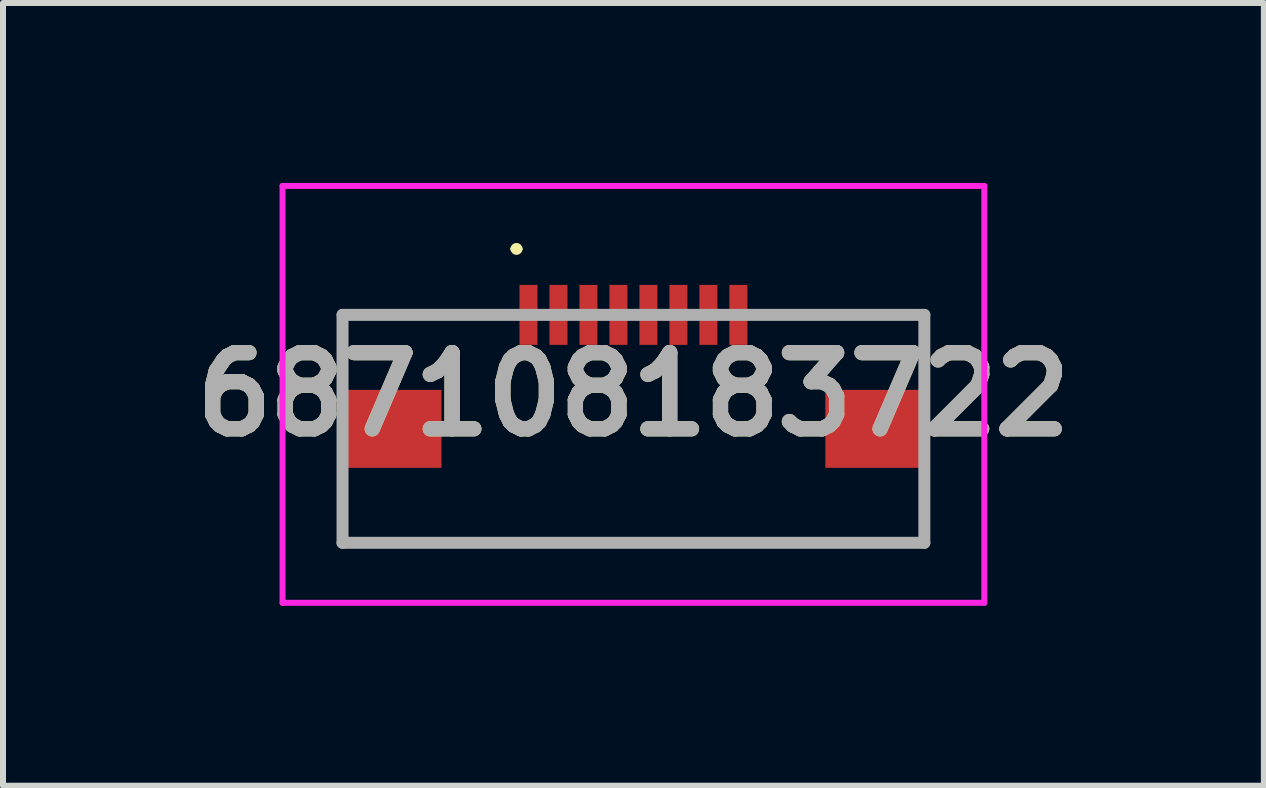
<source format=kicad_pcb>
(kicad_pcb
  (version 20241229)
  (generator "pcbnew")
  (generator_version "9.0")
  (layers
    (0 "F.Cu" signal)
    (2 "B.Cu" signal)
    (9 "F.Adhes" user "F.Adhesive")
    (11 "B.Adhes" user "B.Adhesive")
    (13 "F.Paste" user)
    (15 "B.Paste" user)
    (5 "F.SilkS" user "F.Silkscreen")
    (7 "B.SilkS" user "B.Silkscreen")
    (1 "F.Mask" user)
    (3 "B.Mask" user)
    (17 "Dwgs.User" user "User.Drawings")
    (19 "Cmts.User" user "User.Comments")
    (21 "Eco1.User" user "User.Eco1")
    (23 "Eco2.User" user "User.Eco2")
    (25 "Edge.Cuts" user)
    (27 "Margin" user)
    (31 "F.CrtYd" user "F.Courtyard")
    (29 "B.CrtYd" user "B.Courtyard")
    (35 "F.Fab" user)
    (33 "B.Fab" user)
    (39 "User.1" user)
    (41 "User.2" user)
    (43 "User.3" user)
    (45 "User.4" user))
  (footprint "687108183722"
    (layer "F.Cu")
    (at 7.511 4.1)
    (property "Reference" "687108183722" (at 0 -0.575 0) (layer "F.SilkS") (effects (font (size 1.27 1.27) (thickness 0.254))))
    (attr smd)
    (fp_line (start -4.85 -1.9) (end -2.5 -1.9) (stroke (width 0.1) (type solid)) (layer "F.SilkS"))
    (fp_line (start -4.85 -1) (end -4.85 -1.9) (stroke (width 0.1) (type solid)) (layer "F.SilkS"))
    (fp_line (start -4.85 1) (end -4.85 1.9) (stroke (width 0.1) (type solid)) (layer "F.SilkS"))
    (fp_line (start -4.85 1.9) (end 4.85 1.9) (stroke (width 0.1) (type solid)) (layer "F.SilkS"))
    (fp_line (start -2 -3) (end -2 -3) (stroke (width 0.1) (type solid)) (layer "F.SilkS"))
    (fp_line (start -1.9 -3) (end -1.9 -3) (stroke (width 0.1) (type solid)) (layer "F.SilkS"))
    (fp_line (start 2.5 -1.9) (end 4.85 -1.9) (stroke (width 0.1) (type solid)) (layer "F.SilkS"))
    (fp_line (start 4.85 -1.9) (end 4.85 -1) (stroke (width 0.1) (type solid)) (layer "F.SilkS"))
    (fp_line (start 4.85 1.9) (end 4.85 1) (stroke (width 0.1) (type solid)) (layer "F.SilkS"))
    (fp_arc (start -2 -3) (mid -1.95 -3.05) (end -1.9 -3) (stroke (width 0.1) (type solid)) (layer "F.SilkS"))
    (fp_arc (start -1.9 -3) (mid -1.95 -2.95) (end -2 -3) (stroke (width 0.1) (type solid)) (layer "F.SilkS"))
    (fp_line (start -5.85 -4.05) (end 5.85 -4.05) (stroke (width 0.1) (type solid)) (layer "F.CrtYd"))
    (fp_line (start -5.85 2.9) (end -5.85 -4.05) (stroke (width 0.1) (type solid)) (layer "F.CrtYd"))
    (fp_line (start 5.85 -4.05) (end 5.85 2.9) (stroke (width 0.1) (type solid)) (layer "F.CrtYd"))
    (fp_line (start 5.85 2.9) (end -5.85 2.9) (stroke (width 0.1) (type solid)) (layer "F.CrtYd"))
    (fp_line (start -4.85 -1.9) (end 4.85 -1.9) (stroke (width 0.2) (type solid)) (layer "F.Fab"))
    (fp_line (start -4.85 1.9) (end -4.85 -1.9) (stroke (width 0.2) (type solid)) (layer "F.Fab"))
    (fp_line (start 4.85 -1.9) (end 4.85 1.9) (stroke (width 0.2) (type solid)) (layer "F.Fab"))
    (fp_line (start 4.85 1.9) (end -4.85 1.9) (stroke (width 0.2) (type solid)) (layer "F.Fab"))
    (fp_text user "${REFERENCE}" (at 0 -0.575 0) (layer "F.Fab") (effects (font (size 1.27 1.27) (thickness 0.254))))
    (pad "1" smd rect (at -1.75 -1.9) (size 0.3 1) (layers "F.Cu" "F.Mask" "F.Paste"))
    (pad "2" smd rect (at -1.25 -1.9) (size 0.3 1) (layers "F.Cu" "F.Mask" "F.Paste"))
    (pad "3" smd rect (at -0.75 -1.9) (size 0.3 1) (layers "F.Cu" "F.Mask" "F.Paste"))
    (pad "4" smd rect (at -0.25 -1.9) (size 0.3 1) (layers "F.Cu" "F.Mask" "F.Paste"))
    (pad "5" smd rect (at 0.25 -1.9) (size 0.3 1) (layers "F.Cu" "F.Mask" "F.Paste"))
    (pad "6" smd rect (at 0.75 -1.9) (size 0.3 1) (layers "F.Cu" "F.Mask" "F.Paste"))
    (pad "7" smd rect (at 1.25 -1.9) (size 0.3 1) (layers "F.Cu" "F.Mask" "F.Paste"))
    (pad "8" smd rect (at 1.75 -1.9) (size 0.3 1) (layers "F.Cu" "F.Mask" "F.Paste"))
    (pad "MP1" smd rect (at -4.025 0 90) (size 1.3 1.65) (layers "F.Cu" "F.Mask" "F.Paste"))
    (pad "MP2" smd rect (at 4.025 0 90) (size 1.3 1.65) (layers "F.Cu" "F.Mask" "F.Paste")))
  (gr_rect
    (start -3 -3)
    (end 18.022 10.05)
    (stroke (width 0.1) (type default))
    (fill no)
    (layer "Edge.Cuts")))
</source>
